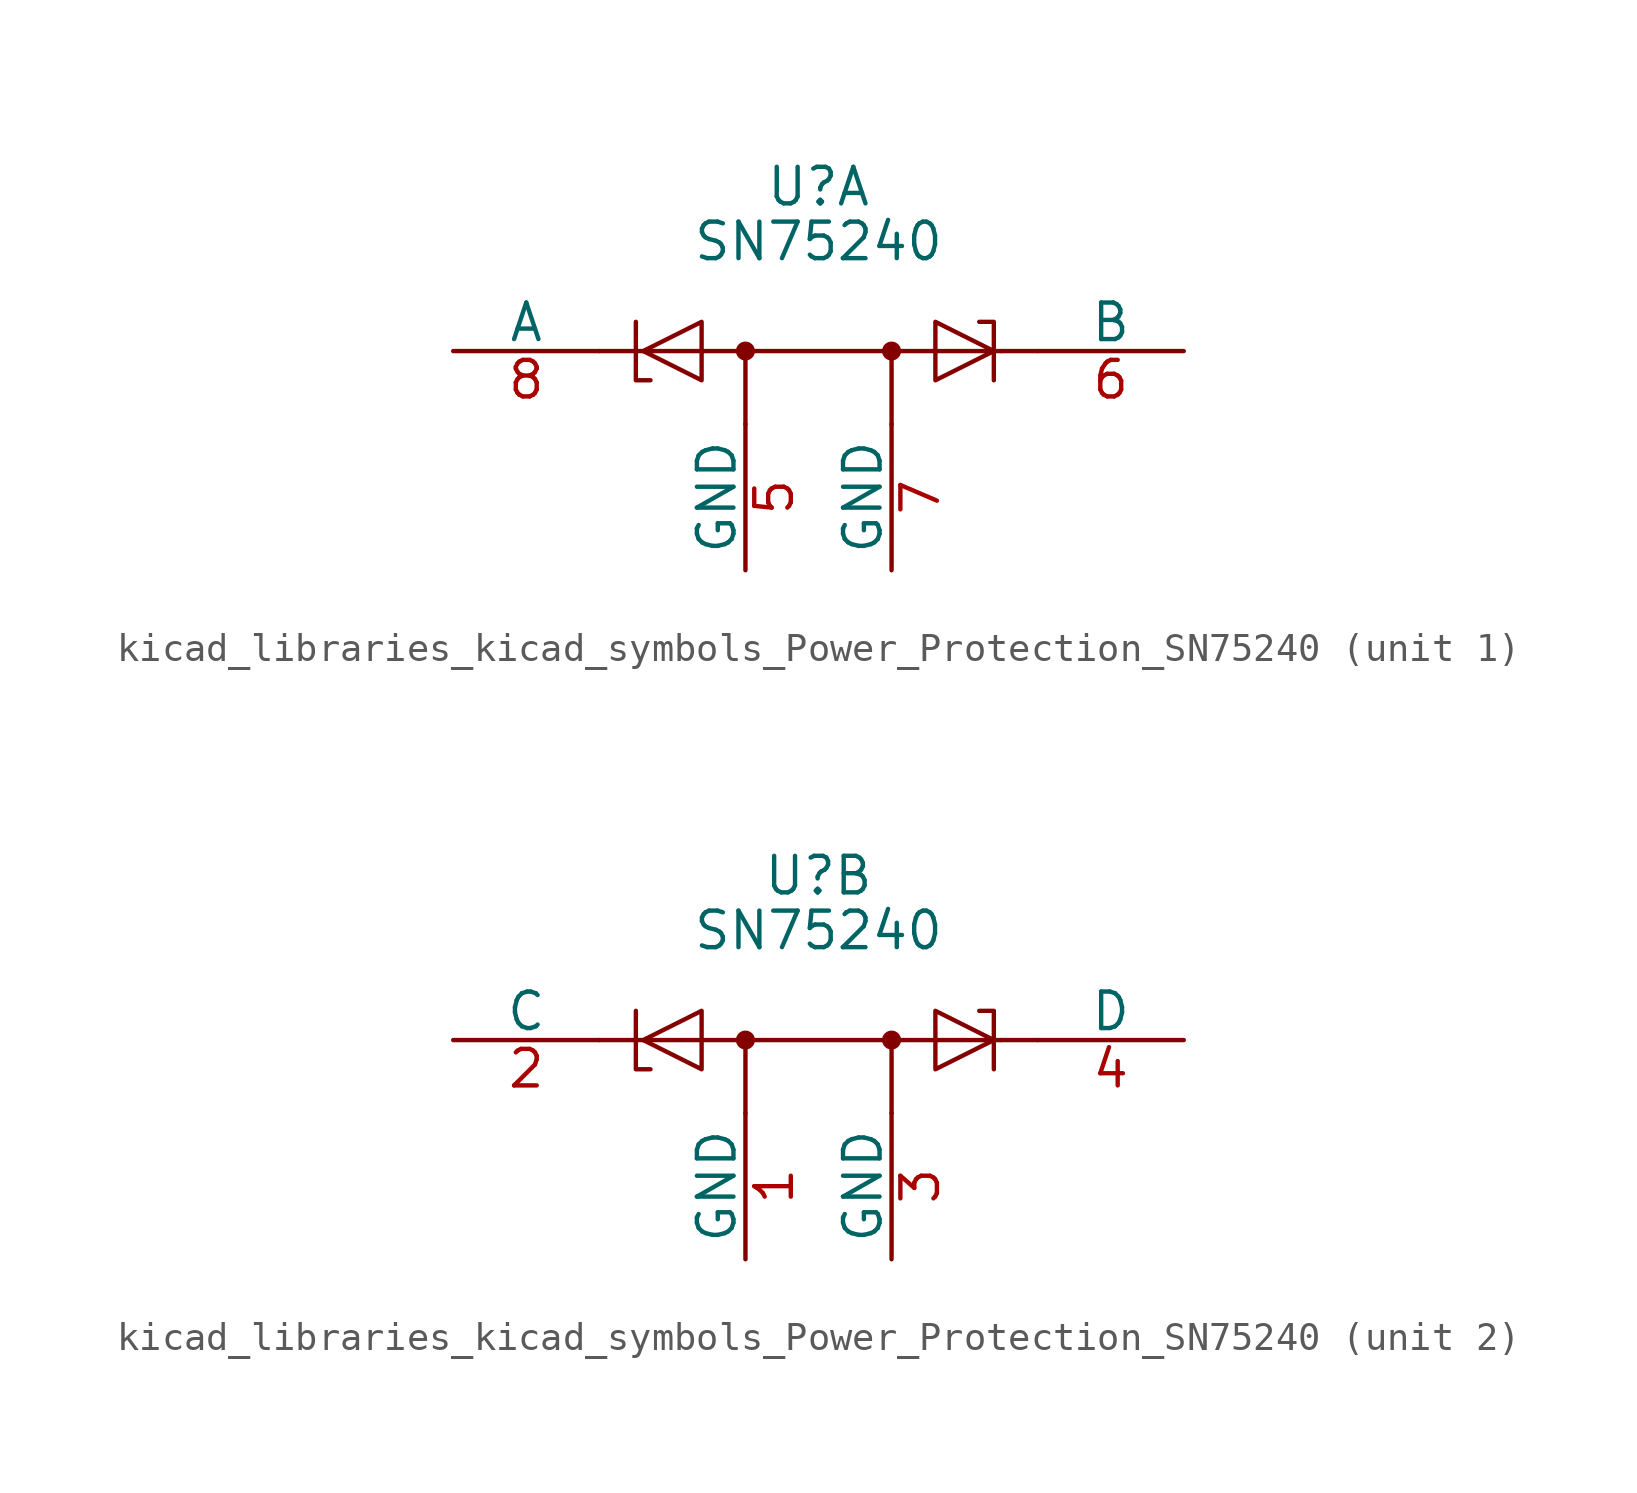
<source format=kicad_sym>
(kicad_symbol_lib
  (version 20220914)
  (generator kicad_symbol_editor)
  (symbol "kicad_libraries_kicad_symbols_Power_Protection_SN75240"
    (pin_names
      (offset 0))
    (property "Reference" "U"
      (at 0 5.715 0)
      (effects (font (size 1.27 1.27))))
    (property "Value" "SN75240"
      (at 0 3.81 0)
      (effects (font (size 1.27 1.27))))
    (property "ki_locked" ""
      (at 0 0 0)
      (effects (font (size 1.27 1.27))))
    (symbol "kicad_libraries_kicad_symbols_Power_Protection_SN75240_0_0"
      (polyline (pts (xy -7.62 0) (xy -6.35 0)) (stroke (width 0) (type default)) (fill (type none)))
      (polyline (pts (xy -6.35 0) (xy 6.35 0)) (stroke (width 0) (type default)) (fill (type none)))
      (polyline (pts (xy -2.54 -2.54) (xy -2.54 0)) (stroke (width 0) (type default)) (fill (type none)))
      (polyline (pts (xy 2.54 -2.54) (xy 2.54 0)) (stroke (width 0) (type default)) (fill (type none)))
      (polyline (pts (xy 6.35 0) (xy 7.62 0)) (stroke (width 0) (type default)) (fill (type none)))
      (polyline (pts (xy 6.096 -1.016) (xy 6.096 1.016) (xy 5.588 1.016)) (stroke (width 0) (type default)) (fill (type none)))
      (polyline (pts (xy -6.096 0) (xy -4.064 1.016) (xy -4.064 -1.016) (xy -6.096 0)) (stroke (width 0) (type default)) (fill (type none)))
      (polyline (pts (xy -5.842 -1.016) (xy -6.35 -1.016) (xy -6.35 0.762) (xy -6.35 1.016)) (stroke (width 0) (type default)) (fill (type none)))
      (polyline (pts (xy 4.064 1.016) (xy 4.064 -1.016) (xy 6.096 0) (xy 4.064 1.016)) (stroke (width 0) (type default)) (fill (type none))))
    (symbol "kicad_libraries_kicad_symbols_Power_Protection_SN75240_0_1"
      (circle (center -2.54 0) (radius 0.254) (stroke (width 0) (type default)) (fill (type outline)))
      (circle (center 2.54 0) (radius 0.254) (stroke (width 0) (type default)) (fill (type outline))))
    (symbol "kicad_libraries_kicad_symbols_Power_Protection_SN75240_1_1"
      (pin passive line (at -2.54 -7.62 90) (length 5.08) (name "GND" (effects (font (size 1.27 1.27)))) (number "5" (effects (font (size 1.27 1.27)))))
      (pin passive line (at 12.7 0 180) (length 5.08) (name "B" (effects (font (size 1.27 1.27)))) (number "6" (effects (font (size 1.27 1.27)))))
      (pin passive line (at 2.54 -7.62 90) (length 5.08) (name "GND" (effects (font (size 1.27 1.27)))) (number "7" (effects (font (size 1.27 1.27)))))
      (pin passive line (at -12.7 0 0) (length 5.08) (name "A" (effects (font (size 1.27 1.27)))) (number "8" (effects (font (size 1.27 1.27))))))
    (symbol "kicad_libraries_kicad_symbols_Power_Protection_SN75240_2_1"
      (pin power_in line (at -2.54 -7.62 90) (length 5.08) (name "GND" (effects (font (size 1.27 1.27)))) (number "1" (effects (font (size 1.27 1.27)))))
      (pin input line (at -12.7 0 0) (length 5.08) (name "C" (effects (font (size 1.27 1.27)))) (number "2" (effects (font (size 1.27 1.27)))))
      (pin power_in line (at 2.54 -7.62 90) (length 5.08) (name "GND" (effects (font (size 1.27 1.27)))) (number "3" (effects (font (size 1.27 1.27)))))
      (pin input line (at 12.7 0 180) (length 5.08) (name "D" (effects (font (size 1.27 1.27)))) (number "4" (effects (font (size 1.27 1.27))))))))
</source>
